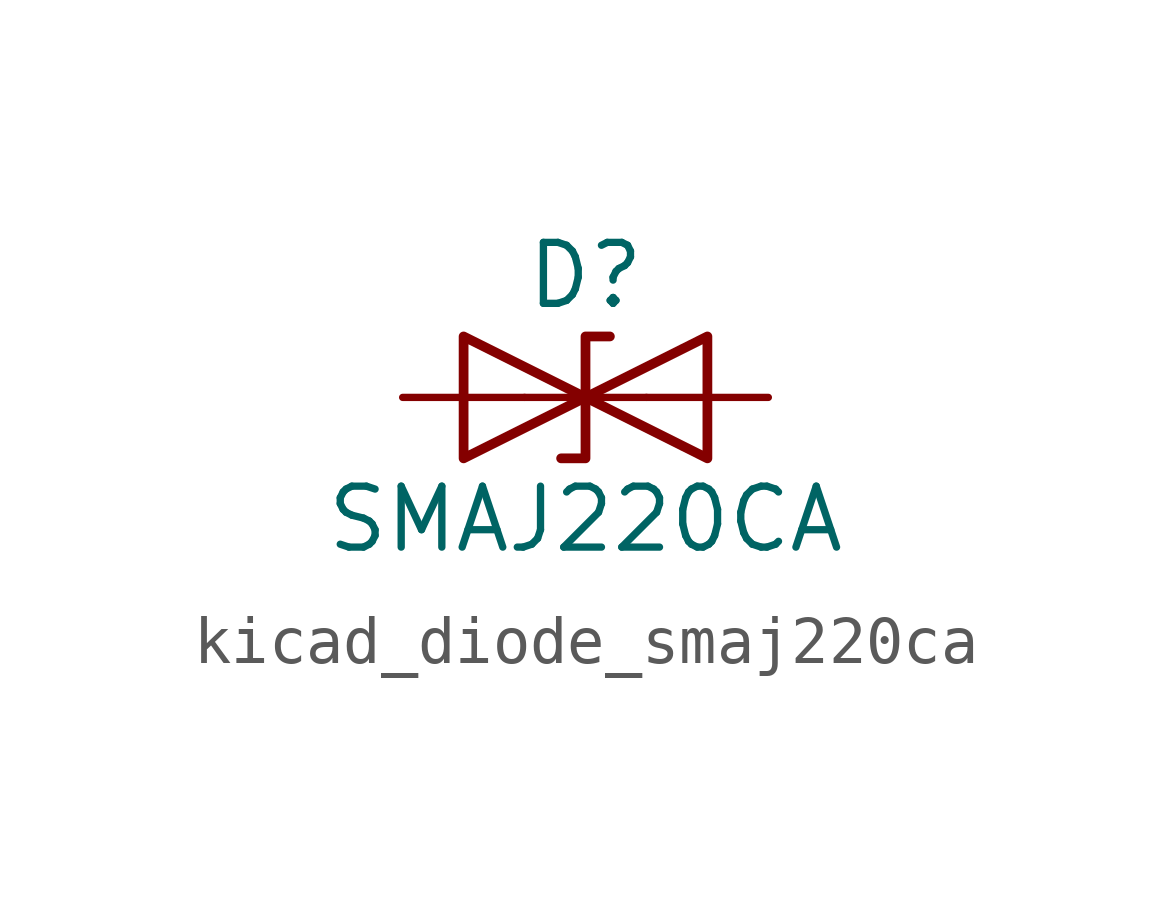
<source format=kicad_sym>
(kicad_symbol_lib
  (version 20220914)
  (generator kicad_symbol_editor)
  (symbol "kicad_diode_smaj220ca"
    (pin_numbers hide)
    (pin_names
      (offset 1.016) hide)
    (property "Reference" "D"
      (at 0 2.54 0)
      (effects (font (size 1.27 1.27))))
    (property "Value" "SMAJ220CA"
      (at 0 -2.54 0)
      (effects (font (size 1.27 1.27))))
    (symbol "kicad_diode_smaj220ca_0_1"
      (polyline (pts (xy 1.27 0) (xy -1.27 0)) (stroke (width 0) (type default)) (fill (type none)))
      (polyline (pts (xy -2.54 -1.27) (xy 0 0) (xy -2.54 1.27) (xy -2.54 -1.27)) (stroke (width 0.203) (type default)) (fill (type none)))
      (polyline (pts (xy 0.508 1.27) (xy 0 1.27) (xy 0 -1.27) (xy -0.508 -1.27)) (stroke (width 0.203) (type default)) (fill (type none)))
      (polyline (pts (xy 2.54 1.27) (xy 2.54 -1.27) (xy 0 0) (xy 2.54 1.27)) (stroke (width 0.203) (type default)) (fill (type none))))
    (symbol "kicad_diode_smaj220ca_1_1"
      (pin passive line (at -3.81 0 0) (length 2.54) (name "A1" (effects (font (size 1.27 1.27)))) (number "1" (effects (font (size 1.27 1.27)))))
      (pin passive line (at 3.81 0 180) (length 2.54) (name "A2" (effects (font (size 1.27 1.27)))) (number "2" (effects (font (size 1.27 1.27))))))))
</source>
